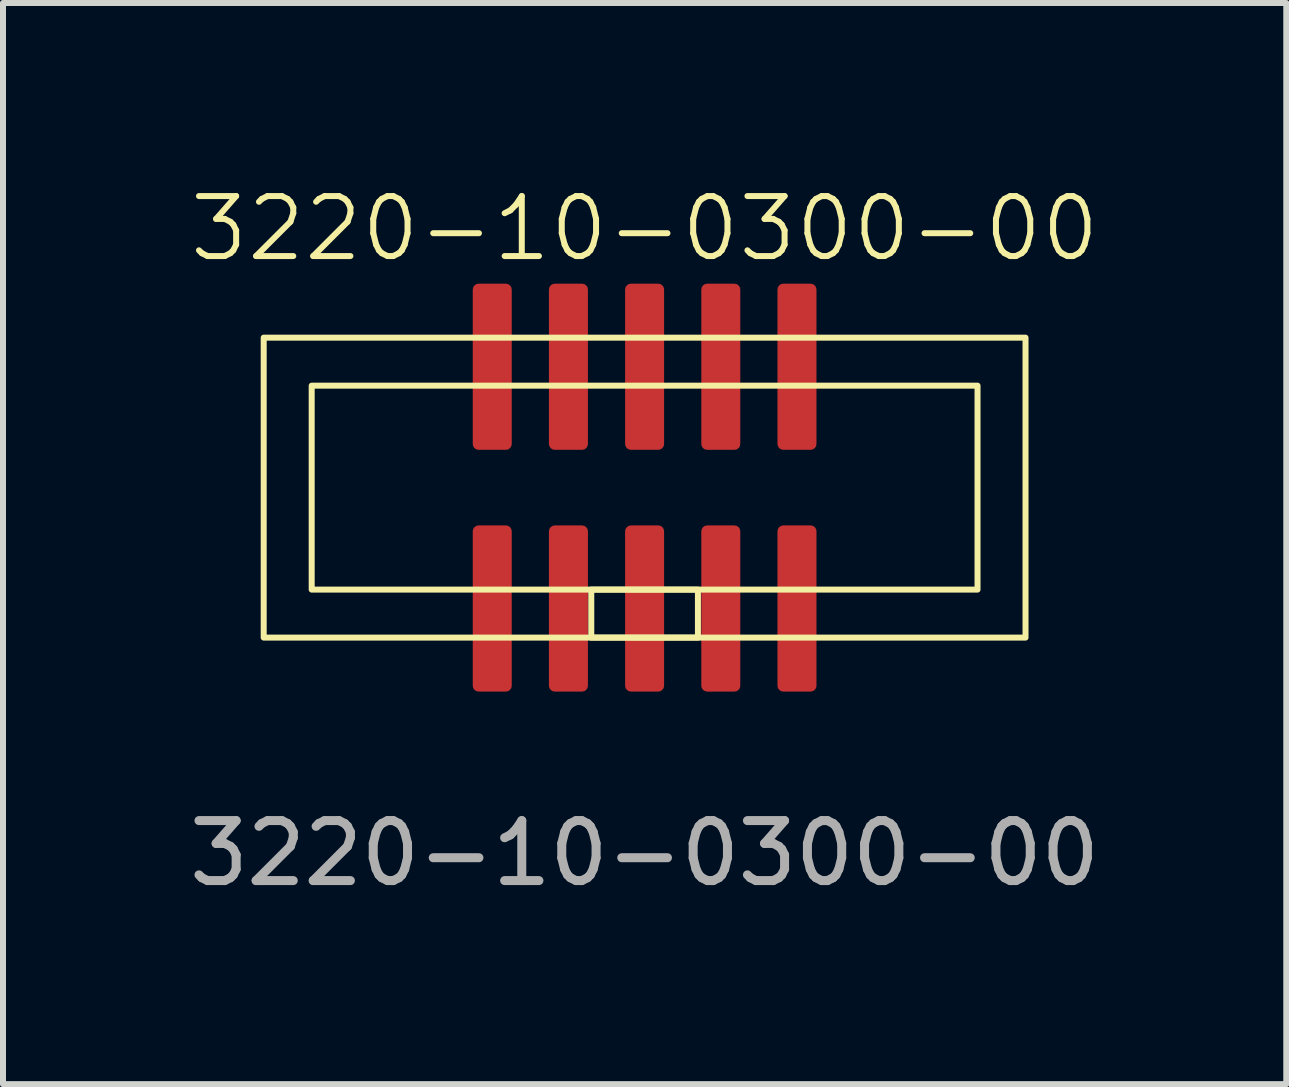
<source format=kicad_pcb>
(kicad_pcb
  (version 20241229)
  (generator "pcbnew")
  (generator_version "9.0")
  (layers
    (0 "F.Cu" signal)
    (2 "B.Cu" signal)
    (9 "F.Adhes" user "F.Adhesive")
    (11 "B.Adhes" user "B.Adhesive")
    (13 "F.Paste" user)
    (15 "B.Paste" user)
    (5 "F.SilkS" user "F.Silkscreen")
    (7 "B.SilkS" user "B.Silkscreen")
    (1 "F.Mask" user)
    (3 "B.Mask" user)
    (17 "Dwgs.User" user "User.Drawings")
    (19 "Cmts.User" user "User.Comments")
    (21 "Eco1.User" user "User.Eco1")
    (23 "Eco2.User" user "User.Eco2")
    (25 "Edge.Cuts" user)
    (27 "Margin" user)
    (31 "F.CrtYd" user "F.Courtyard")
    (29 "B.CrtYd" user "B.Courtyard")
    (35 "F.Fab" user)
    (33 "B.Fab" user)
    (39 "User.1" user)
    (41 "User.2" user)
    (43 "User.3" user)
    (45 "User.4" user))
  (footprint "3220-10-0300-00"
    (layer "F.Cu")
    (at 7.696 5.079)
    (property "Reference" "3220-10-0300-00" (at 0 -4.318 0) (unlocked yes) (layer "F.SilkS") (effects (font (size 1 1) (thickness 0.1))))
    (attr smd)
    (fp_rect (start -0.889 1.7) (end 0.889 2.5) (stroke (width 0.1) (type default)) (fill no) (layer "F.SilkS"))
    (fp_rect (start 5.55 1.7) (end -5.55 -1.7) (stroke (width 0.1) (type default)) (fill no) (layer "F.SilkS"))
    (fp_rect (start 6.35 2.5) (end -6.35 -2.5) (stroke (width 0.1) (type default)) (fill no) (layer "F.SilkS"))
    (fp_text user "${REFERENCE}" (at 0 6.096 0) (unlocked yes) (layer "F.Fab") (effects (font (size 1 1) (thickness 0.15))))
    (pad "1" smd roundrect (at -2.54 2.015) (size 0.65 2.77) (layers "F.Cu" "F.Mask" "F.Paste") (roundrect_rratio 0.15))
    (pad "2" smd roundrect (at -2.54 -2.015) (size 0.65 2.77) (layers "F.Cu" "F.Mask" "F.Paste") (roundrect_rratio 0.15))
    (pad "3" smd roundrect (at -1.27 2.015) (size 0.65 2.77) (layers "F.Cu" "F.Mask" "F.Paste") (roundrect_rratio 0.15))
    (pad "4" smd roundrect (at -1.27 -2.015) (size 0.65 2.77) (layers "F.Cu" "F.Mask" "F.Paste") (roundrect_rratio 0.15))
    (pad "5" smd roundrect (at 0 2.015) (size 0.65 2.77) (layers "F.Cu" "F.Mask" "F.Paste") (roundrect_rratio 0.15))
    (pad "6" smd roundrect (at 0 -2.015) (size 0.65 2.77) (layers "F.Cu" "F.Mask" "F.Paste") (roundrect_rratio 0.15))
    (pad "7" smd roundrect (at 1.27 2.015) (size 0.65 2.77) (layers "F.Cu" "F.Mask" "F.Paste") (roundrect_rratio 0.15))
    (pad "8" smd roundrect (at 1.27 -2.015) (size 0.65 2.77) (layers "F.Cu" "F.Mask" "F.Paste") (roundrect_rratio 0.15))
    (pad "9" smd roundrect (at 2.54 2.015) (size 0.65 2.77) (layers "F.Cu" "F.Mask" "F.Paste") (roundrect_rratio 0.15))
    (pad "10" smd roundrect (at 2.54 -2.015) (size 0.65 2.77) (layers "F.Cu" "F.Mask" "F.Paste") (roundrect_rratio 0.15)))
  (gr_rect
    (start -3 -3)
    (end 18.393 15.023)
    (stroke (width 0.1) (type default))
    (fill no)
    (layer "Edge.Cuts")))
</source>
